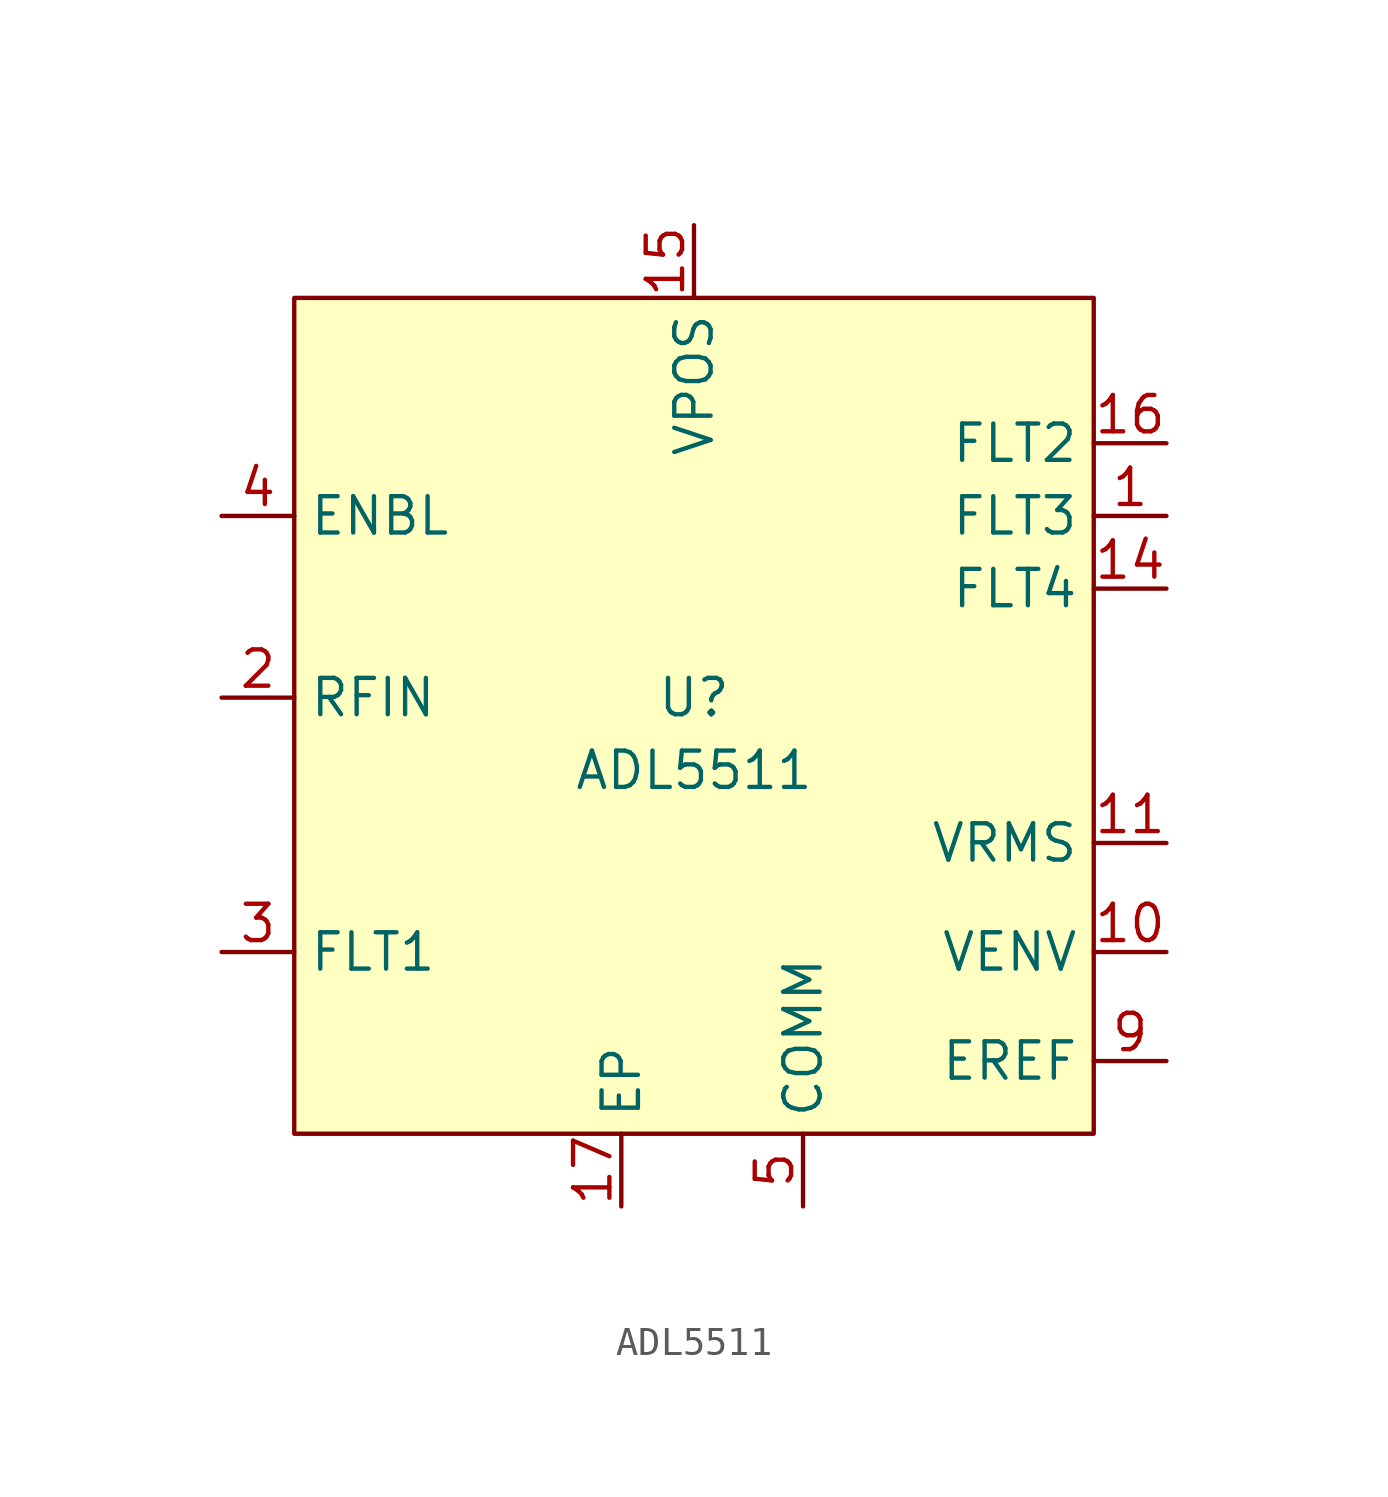
<source format=kicad_sym>
(kicad_symbol_lib
  (version 20220914)
  (generator kicad_symbol_editor)
  (symbol "ADL5511"
    (property "Reference" "U"
      (at 0 0 0)
      (effects (font (size 1.27 1.27))))
    (property "Value" "ADL5511"
      (at 0 -2.54 0)
      (effects (font (size 1.27 1.27))))
    (symbol "ADL5511_1_1"
      (rectangle (start -13.97 13.97) (end 13.97 -15.24) (stroke (width 0) (type default)) (fill (type background)))
      (pin passive line (at 16.51 6.35 180) (length 2.54) (name "FLT3" (effects (font (size 1.27 1.27)))) (number "1" (effects (font (size 1.27 1.27)))))
      (pin output line (at 16.51 -8.89 180) (length 2.54) (name "VENV" (effects (font (size 1.27 1.27)))) (number "10" (effects (font (size 1.27 1.27)))))
      (pin output line (at 16.51 -5.08 180) (length 2.54) (name "VRMS" (effects (font (size 1.27 1.27)))) (number "11" (effects (font (size 1.27 1.27)))))
      (pin passive line (at 16.51 3.81 180) (length 2.54) (name "FLT4" (effects (font (size 1.27 1.27)))) (number "14" (effects (font (size 1.27 1.27)))))
      (pin power_in line (at 0 16.51 270) (length 2.54) (name "VPOS" (effects (font (size 1.27 1.27)))) (number "15" (effects (font (size 1.27 1.27)))))
      (pin passive line (at 16.51 8.89 180) (length 2.54) (name "FLT2" (effects (font (size 1.27 1.27)))) (number "16" (effects (font (size 1.27 1.27)))))
      (pin passive line (at -2.54 -17.78 90) (length 2.54) (name "EP" (effects (font (size 1.27 1.27)))) (number "17" (effects (font (size 1.27 1.27)))))
      (pin input line (at -16.51 0 0) (length 2.54) (name "RFIN" (effects (font (size 1.27 1.27)))) (number "2" (effects (font (size 1.27 1.27)))))
      (pin passive line (at -16.51 -8.89 0) (length 2.54) (name "FLT1" (effects (font (size 1.27 1.27)))) (number "3" (effects (font (size 1.27 1.27)))))
      (pin input line (at -16.51 6.35 0) (length 2.54) (name "ENBL" (effects (font (size 1.27 1.27)))) (number "4" (effects (font (size 1.27 1.27)))))
      (pin power_in line (at 3.81 -17.78 90) (length 2.54) (name "COMM" (effects (font (size 1.27 1.27)))) (number "5" (effects (font (size 1.27 1.27)))))
      (pin output line (at 16.51 -12.7 180) (length 2.54) (name "EREF" (effects (font (size 1.27 1.27)))) (number "9" (effects (font (size 1.27 1.27))))))))
</source>
